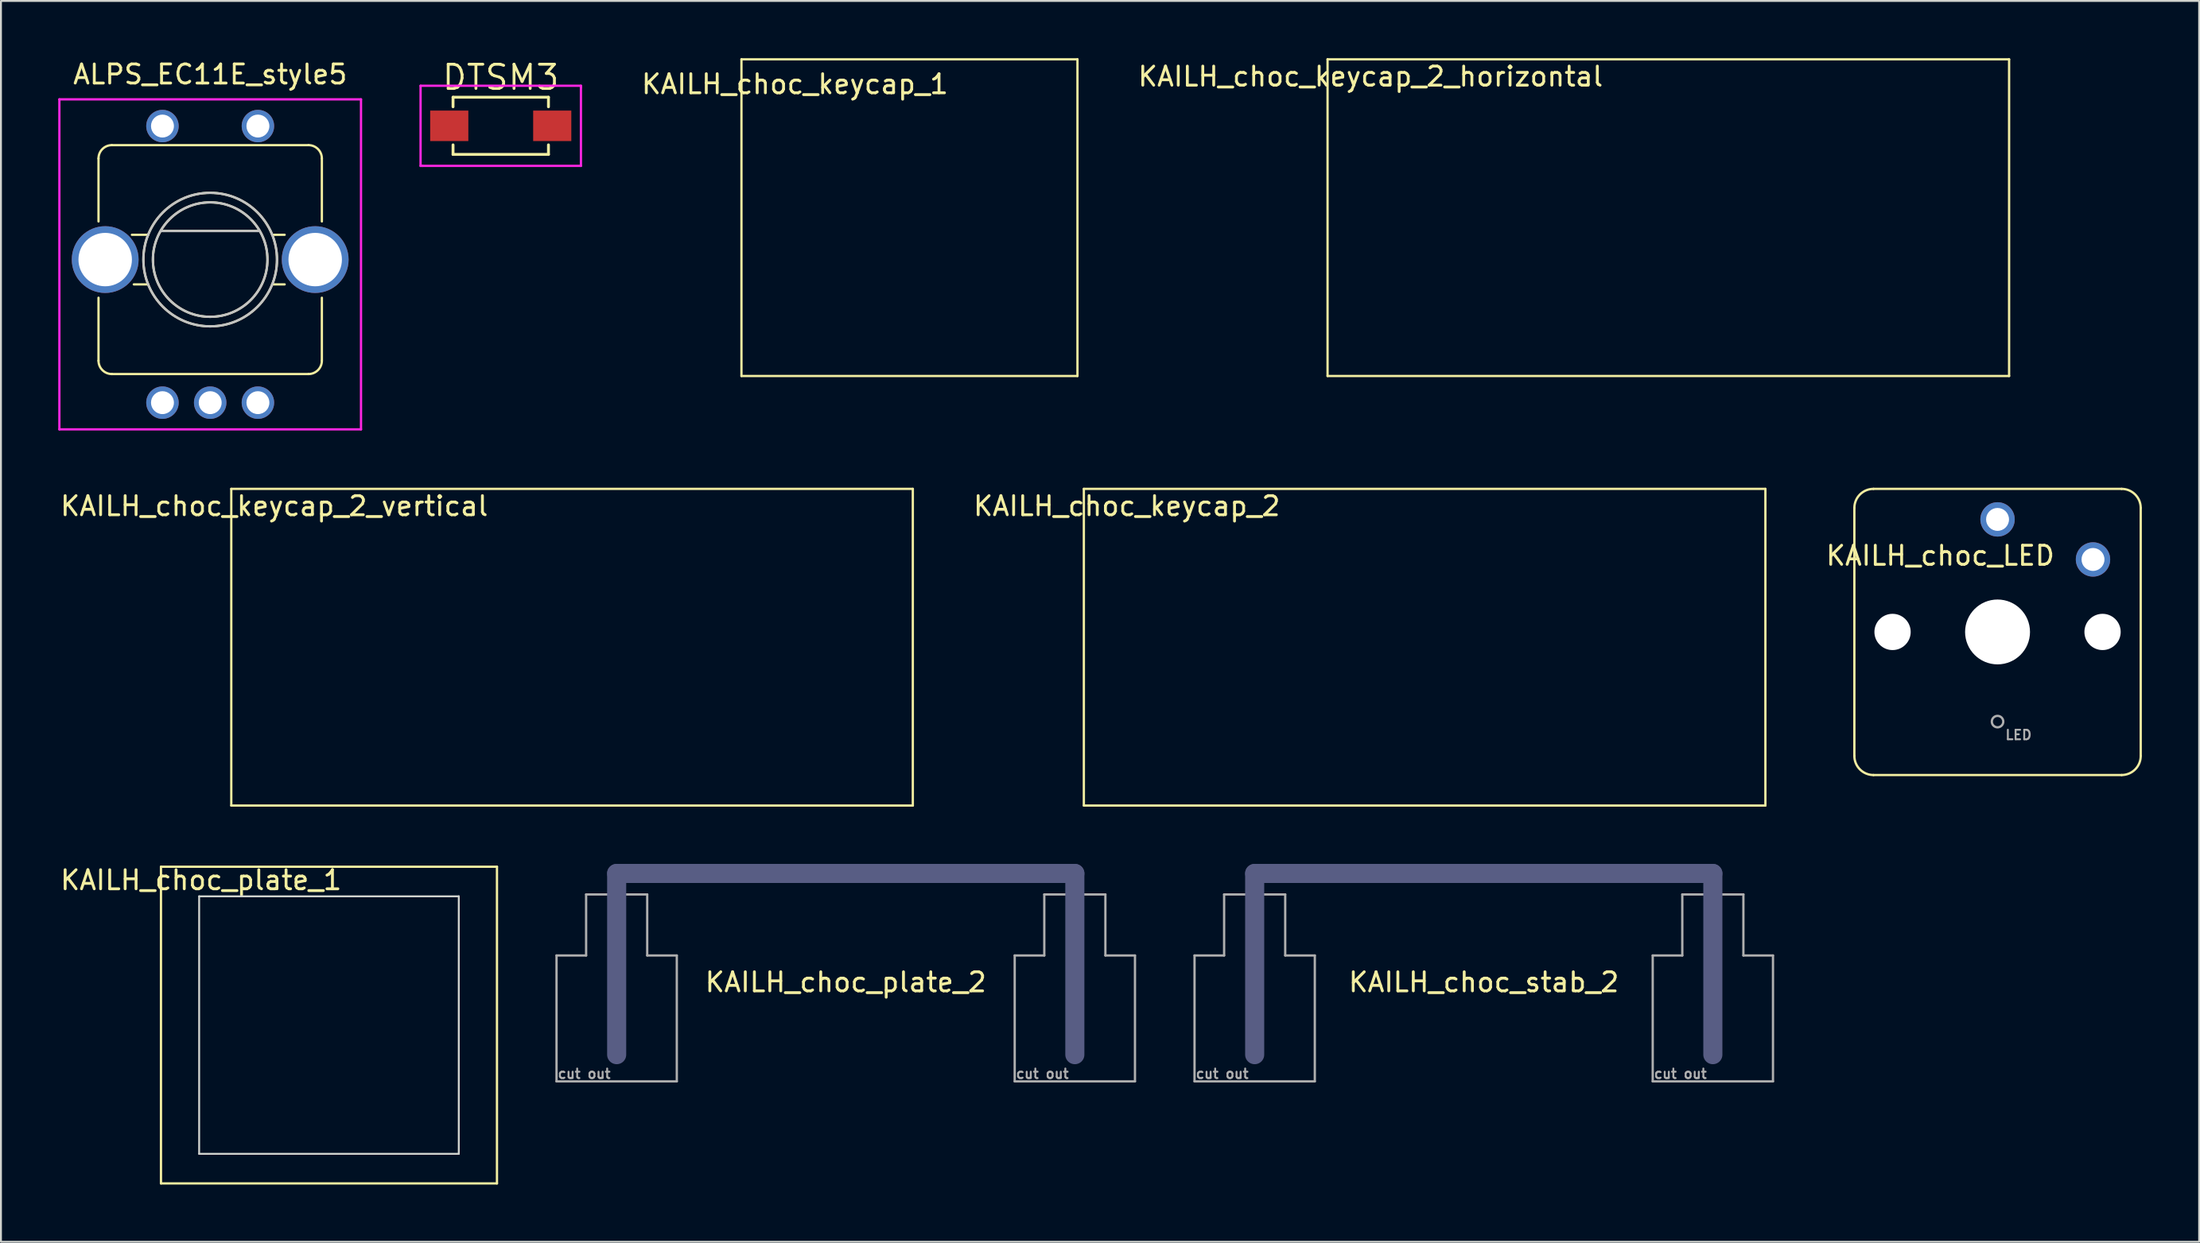
<source format=kicad_pcb>
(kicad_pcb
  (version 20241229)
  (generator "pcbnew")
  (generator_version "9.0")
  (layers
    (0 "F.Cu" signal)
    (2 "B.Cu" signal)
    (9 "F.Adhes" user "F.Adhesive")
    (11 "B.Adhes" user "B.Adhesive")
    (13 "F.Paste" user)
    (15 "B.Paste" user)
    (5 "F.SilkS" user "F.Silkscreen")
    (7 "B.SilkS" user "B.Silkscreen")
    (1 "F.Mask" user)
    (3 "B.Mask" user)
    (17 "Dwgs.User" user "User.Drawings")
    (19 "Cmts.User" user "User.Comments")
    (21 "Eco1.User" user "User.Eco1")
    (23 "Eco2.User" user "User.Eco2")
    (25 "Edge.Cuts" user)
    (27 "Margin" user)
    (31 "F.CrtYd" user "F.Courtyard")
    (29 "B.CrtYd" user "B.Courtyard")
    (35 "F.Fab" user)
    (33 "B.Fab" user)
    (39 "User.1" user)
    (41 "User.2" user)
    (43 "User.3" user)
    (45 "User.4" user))
  (footprint "KAILH_choc_plate_2"
    (layer "F.Cu")
    (at 41.252 50.338)
    (property "Reference" "KAILH_choc_plate_2" (at 0 -1.9 0) (layer "F.SilkS") (effects (font (size 1 1) (thickness 0.15))))
    (attr through_hole)
    (fp_line (start -12 -7.6) (end 12 -7.6) (stroke (width 1) (type solid)) (layer "B.Fab"))
    (fp_line (start -12 1.9) (end -12 -7.6) (stroke (width 1) (type solid)) (layer "B.Fab"))
    (fp_line (start 12 -7.6) (end 12 1.9) (stroke (width 1) (type solid)) (layer "B.Fab"))
    (fp_line (start -15.15 -3.3) (end -13.6 -3.3) (stroke (width 0.12) (type solid)) (layer "F.Fab"))
    (fp_line (start -15.15 3.3) (end -15.15 -3.3) (stroke (width 0.12) (type solid)) (layer "F.Fab"))
    (fp_line (start -13.6 -6.5) (end -10.4 -6.5) (stroke (width 0.12) (type solid)) (layer "F.Fab"))
    (fp_line (start -13.6 -3.3) (end -13.6 -6.5) (stroke (width 0.12) (type solid)) (layer "F.Fab"))
    (fp_line (start -10.4 -6.5) (end -10.4 -3.3) (stroke (width 0.12) (type solid)) (layer "F.Fab"))
    (fp_line (start -8.85 -3.3) (end -10.4 -3.3) (stroke (width 0.12) (type solid)) (layer "F.Fab"))
    (fp_line (start -8.85 -3.3) (end -8.85 3.3) (stroke (width 0.12) (type solid)) (layer "F.Fab"))
    (fp_line (start -8.85 3.3) (end -15.15 3.3) (stroke (width 0.12) (type solid)) (layer "F.Fab"))
    (fp_line (start 8.85 -3.3) (end 10.4 -3.3) (stroke (width 0.12) (type solid)) (layer "F.Fab"))
    (fp_line (start 8.85 3.3) (end 8.85 -3.3) (stroke (width 0.12) (type solid)) (layer "F.Fab"))
    (fp_line (start 10.4 -6.5) (end 13.6 -6.5) (stroke (width 0.12) (type solid)) (layer "F.Fab"))
    (fp_line (start 10.4 -3.3) (end 10.4 -6.5) (stroke (width 0.12) (type solid)) (layer "F.Fab"))
    (fp_line (start 13.6 -6.5) (end 13.6 -3.3) (stroke (width 0.12) (type solid)) (layer "F.Fab"))
    (fp_line (start 15.15 -3.3) (end 13.6 -3.3) (stroke (width 0.12) (type solid)) (layer "F.Fab"))
    (fp_line (start 15.15 -3.3) (end 15.15 3.3) (stroke (width 0.12) (type solid)) (layer "F.Fab"))
    (fp_line (start 15.15 3.3) (end 8.85 3.3) (stroke (width 0.12) (type solid)) (layer "F.Fab"))
    (fp_text user "cut out" (at -13.7 2.9 0) (layer "F.Fab") (effects (font (size 0.5 0.5) (thickness 0.1))))
    (fp_text user "cut out" (at 10.3 2.9 0) (layer "F.Fab") (effects (font (size 0.5 0.5) (thickness 0.1)))))
  (footprint "KAILH_choc_keycap_2_vertical"
    (layer "F.Cu")
    (at 26.915 30.878)
    (property "Reference" "KAILH_choc_keycap_2_vertical" (at -15.6 -7.4 0) (layer "F.SilkS") (effects (font (size 1 1) (thickness 0.15))))
    (attr through_hole)
    (fp_line (start -17.85 -8.3) (end 17.85 -8.3) (stroke (width 0.12) (type solid)) (layer "F.SilkS"))
    (fp_line (start -17.85 8.3) (end -17.85 -8.3) (stroke (width 0.12) (type solid)) (layer "F.SilkS"))
    (fp_line (start 17.85 -8.3) (end 17.85 8.3) (stroke (width 0.12) (type solid)) (layer "F.SilkS"))
    (fp_line (start 17.85 8.3) (end -17.85 8.3) (stroke (width 0.12) (type solid)) (layer "F.SilkS")))
  (footprint "KAILH_choc_LED"
    (layer "F.Cu")
    (at 101.585 30.078)
    (property "Reference" "KAILH_choc_LED" (at -3 -4 0) (layer "F.SilkS") (effects (font (size 1 1) (thickness 0.15))))
    (attr through_hole)
    (fp_line (start -7.5 6.5) (end -7.5 -6.5) (stroke (width 0.12) (type solid)) (layer "F.SilkS"))
    (fp_line (start -6.5 -7.5) (end 6.5 -7.5) (stroke (width 0.12) (type solid)) (layer "F.SilkS"))
    (fp_line (start 6.5 7.5) (end -6.5 7.5) (stroke (width 0.12) (type solid)) (layer "F.SilkS"))
    (fp_line (start 7.5 -6.5) (end 7.5 6.5) (stroke (width 0.12) (type solid)) (layer "F.SilkS"))
    (fp_arc (start -7.5 -6.5) (mid -7.207107 -7.207107) (end -6.5 -7.5) (stroke (width 0.12) (type solid)) (layer "F.SilkS"))
    (fp_arc (start -6.5 7.5) (mid -7.207107 7.207107) (end -7.5 6.5) (stroke (width 0.12) (type solid)) (layer "F.SilkS"))
    (fp_arc (start 6.5 -7.5) (mid 7.207107 -7.207107) (end 7.5 -6.5) (stroke (width 0.12) (type solid)) (layer "F.SilkS"))
    (fp_arc (start 7.5 6.5) (mid 7.207107 7.207107) (end 6.5 7.5) (stroke (width 0.12) (type solid)) (layer "F.SilkS"))
    (fp_circle (center 0 4.7) (end 0.3 4.7) (stroke (width 0.12) (type solid)) (fill no) (layer "F.Fab"))
    (fp_text user "LED" (at 1.1 5.4 0) (layer "F.Fab") (effects (font (size 0.5 0.5) (thickness 0.1))))
    (pad "" np_thru_hole circle (at -5.5 0) (size 1.9 1.9) (drill 1.9) (layers "*.Cu" "*.Mask"))
    (pad "" np_thru_hole circle (at 0 0) (size 3.4 3.4) (drill 3.4) (layers "*.Cu" "*.Mask"))
    (pad "" np_thru_hole circle (at 5.5 0) (size 1.9 1.9) (drill 1.9) (layers "*.Cu" "*.Mask"))
    (pad "1" thru_hole circle (at 0 -5.9) (size 1.8 1.8) (drill 1.2) (layers "*.Cu" "*.Mask"))
    (pad "2" thru_hole circle (at 5 -3.8) (size 1.8 1.8) (drill 1.2) (layers "*.Cu" "*.Mask")))
  (footprint "ALPS_EC11E_style5"
    (layer "F.Cu")
    (at 7.96 10.558)
    (property "Reference" "ALPS_EC11E_style5" (at 0 -9.71 0) (layer "F.SilkS") (effects (font (size 1 1) (thickness 0.15))))
    (attr through_hole)
    (fp_line (start -5.85 -2) (end -5.85 -5.3) (stroke (width 0.12) (type solid)) (layer "F.SilkS"))
    (fp_line (start -5.85 5.3) (end -5.85 2) (stroke (width 0.12) (type solid)) (layer "F.SilkS"))
    (fp_line (start -4.1 -1.3) (end -3.25 -1.3) (stroke (width 0.12) (type solid)) (layer "F.SilkS"))
    (fp_line (start -4 1.3) (end -3.25 1.3) (stroke (width 0.12) (type solid)) (layer "F.SilkS"))
    (fp_line (start -2.58 -1.5) (end 2.58 -1.5) (stroke (width 0.12) (type solid)) (layer "F.SilkS"))
    (fp_line (start 3.9 -1.3) (end 3.25 -1.3) (stroke (width 0.12) (type solid)) (layer "F.SilkS"))
    (fp_line (start 3.9 1.3) (end 3.25 1.3) (stroke (width 0.12) (type solid)) (layer "F.SilkS"))
    (fp_line (start 5.15 -6) (end -5.15 -6) (stroke (width 0.12) (type solid)) (layer "F.SilkS"))
    (fp_line (start 5.15 6) (end -5.15 6) (stroke (width 0.12) (type solid)) (layer "F.SilkS"))
    (fp_line (start 5.85 -2) (end 5.85 -5.3) (stroke (width 0.12) (type solid)) (layer "F.SilkS"))
    (fp_line (start 5.85 5.3) (end 5.85 2) (stroke (width 0.12) (type solid)) (layer "F.SilkS"))
    (fp_arc (start -5.85 -5.3) (mid -5.644975 -5.794975) (end -5.15 -6) (stroke (width 0.12) (type solid)) (layer "F.SilkS"))
    (fp_arc (start -5.15 6) (mid -5.644975 5.794975) (end -5.85 5.3) (stroke (width 0.12) (type solid)) (layer "F.SilkS"))
    (fp_arc (start 5.15 -6) (mid 5.644975 -5.794975) (end 5.85 -5.3) (stroke (width 0.12) (type solid)) (layer "F.SilkS"))
    (fp_arc (start 5.85 5.3) (mid 5.644975 5.794975) (end 5.15 6) (stroke (width 0.12) (type solid)) (layer "F.SilkS"))
    (fp_circle (center 0 0) (end 3 0) (stroke (width 0.12) (type solid)) (fill no) (layer "F.SilkS"))
    (fp_circle (center 0 0) (end 3.5 0) (stroke (width 0.12) (type solid)) (fill no) (layer "F.SilkS"))
    (fp_line (start -2.59 -1.5) (end 2.59 -1.5) (stroke (width 0.12) (type solid)) (layer "Dwgs.User"))
    (fp_circle (center 0 0) (end 3 0) (stroke (width 0.12) (type solid)) (fill no) (layer "Dwgs.User"))
    (fp_circle (center 0 0) (end 3.5 0) (stroke (width 0.12) (type solid)) (fill no) (layer "Dwgs.User"))
    (fp_line (start -7.9 -8.4) (end 7.9 -8.4) (stroke (width 0.12) (type solid)) (layer "F.CrtYd"))
    (fp_line (start -7.9 8.9) (end -7.9 -8.4) (stroke (width 0.12) (type solid)) (layer "F.CrtYd"))
    (fp_line (start -7.9 8.9) (end 7.9 8.9) (stroke (width 0.12) (type solid)) (layer "F.CrtYd"))
    (fp_line (start 7.9 -8.4) (end 7.9 8.9) (stroke (width 0.12) (type solid)) (layer "F.CrtYd"))
    (pad "A" thru_hole circle (at -2.5 7.5) (size 1.7 1.7) (drill 1.2) (layers "*.Cu" "*.Mask"))
    (pad "B" thru_hole circle (at 2.5 7.5) (size 1.7 1.7) (drill 1.2) (layers "*.Cu" "*.Mask"))
    (pad "C" thru_hole circle (at 0 7.5) (size 1.7 1.7) (drill 1.2) (layers "*.Cu" "*.Mask"))
    (pad "D" thru_hole circle (at -2.5 -7) (size 1.7 1.7) (drill 1.2) (layers "*.Cu" "*.Mask"))
    (pad "E" thru_hole circle (at 2.5 -7) (size 1.7 1.7) (drill 1.2) (layers "*.Cu" "*.Mask"))
    (pad "S" thru_hole circle (at -5.5 0) (size 3.5 3.5) (drill 2.8) (layers "*.Cu" "*.Mask"))
    (pad "S" thru_hole circle (at 5.5 0) (size 3.5 3.5) (drill 2.8) (layers "*.Cu" "*.Mask")))
  (footprint "KAILH_choc_keycap_2"
    (layer "F.Cu")
    (at 71.574 30.878)
    (property "Reference" "KAILH_choc_keycap_2" (at -15.6 -7.4 0) (layer "F.SilkS") (effects (font (size 1 1) (thickness 0.15))))
    (attr through_hole)
    (fp_line (start -17.85 -8.3) (end 17.85 -8.3) (stroke (width 0.12) (type solid)) (layer "F.SilkS"))
    (fp_line (start -17.85 8.3) (end -17.85 -8.3) (stroke (width 0.12) (type solid)) (layer "F.SilkS"))
    (fp_line (start 17.85 -8.3) (end 17.85 8.3) (stroke (width 0.12) (type solid)) (layer "F.SilkS"))
    (fp_line (start 17.85 8.3) (end -17.85 8.3) (stroke (width 0.12) (type solid)) (layer "F.SilkS")))
  (footprint "DTSM3"
    (layer "F.Cu")
    (at 23.18 3.546)
    (property "Reference" "DTSM3" (at 0 -2.54 0) (layer "F.SilkS") (effects (font (size 1.27 1.27) (thickness 0.15))))
    (attr smd)
    (fp_line (start -2.499 -1.499) (end -2.499 -0.998) (stroke (width 0.15) (type solid)) (layer "F.SilkS"))
    (fp_line (start -2.499 0.998) (end -2.499 1.499) (stroke (width 0.15) (type solid)) (layer "F.SilkS"))
    (fp_line (start -2.499 1.499) (end 2.499 1.499) (stroke (width 0.15) (type solid)) (layer "F.SilkS"))
    (fp_line (start 2.499 -1.499) (end -2.499 -1.499) (stroke (width 0.15) (type solid)) (layer "F.SilkS"))
    (fp_line (start 2.499 -0.998) (end 2.499 -1.499) (stroke (width 0.15) (type solid)) (layer "F.SilkS"))
    (fp_line (start 2.499 1.499) (end 2.499 0.998) (stroke (width 0.15) (type solid)) (layer "F.SilkS"))
    (fp_line (start -4.2 -2.1) (end 4.2 -2.1) (stroke (width 0.12) (type solid)) (layer "F.CrtYd"))
    (fp_line (start -4.2 2.1) (end -4.2 -2.1) (stroke (width 0.12) (type solid)) (layer "F.CrtYd"))
    (fp_line (start -4.1 2.1) (end -4.2 2.1) (stroke (width 0.12) (type solid)) (layer "F.CrtYd"))
    (fp_line (start 4.2 -2.1) (end 4.2 -2) (stroke (width 0.12) (type solid)) (layer "F.CrtYd"))
    (fp_line (start 4.2 -2) (end 4.2 2.1) (stroke (width 0.12) (type solid)) (layer "F.CrtYd"))
    (fp_line (start 4.2 2.1) (end -4.1 2.1) (stroke (width 0.12) (type solid)) (layer "F.CrtYd"))
    (pad "1" smd rect (at -2.697 0) (size 1.999 1.598) (layers "F.Cu" "F.Mask" "F.Paste"))
    (pad "2" smd rect (at 2.697 0) (size 1.999 1.598) (layers "F.Cu" "F.Mask" "F.Paste")))
  (footprint "KAILH_choc_keycap_1"
    (layer "F.Cu")
    (at 44.589 8.36)
    (property "Reference" "KAILH_choc_keycap_1" (at -6 -7 0) (layer "F.SilkS") (effects (font (size 1 1) (thickness 0.15))))
    (attr through_hole)
    (fp_line (start -8.8 -8.3) (end 8.8 -8.3) (stroke (width 0.12) (type solid)) (layer "F.SilkS"))
    (fp_line (start -8.8 8.3) (end -8.8 -8.3) (stroke (width 0.12) (type solid)) (layer "F.SilkS"))
    (fp_line (start 8.8 -8.3) (end 8.8 8.3) (stroke (width 0.12) (type solid)) (layer "F.SilkS"))
    (fp_line (start 8.8 8.3) (end -8.8 8.3) (stroke (width 0.12) (type solid)) (layer "F.SilkS")))
  (footprint "KAILH_choc_stab_2"
    (layer "F.Cu")
    (at 74.672 50.338)
    (property "Reference" "KAILH_choc_stab_2" (at 0 -1.9 0) (layer "F.SilkS") (effects (font (size 1 1) (thickness 0.15))))
    (attr through_hole)
    (fp_line (start -12 -7.6) (end 12 -7.6) (stroke (width 1) (type solid)) (layer "B.Fab"))
    (fp_line (start -12 1.9) (end -12 -7.6) (stroke (width 1) (type solid)) (layer "B.Fab"))
    (fp_line (start 12 -7.6) (end 12 1.9) (stroke (width 1) (type solid)) (layer "B.Fab"))
    (fp_line (start -15.15 -3.3) (end -13.6 -3.3) (stroke (width 0.12) (type solid)) (layer "F.Fab"))
    (fp_line (start -15.15 3.3) (end -15.15 -3.3) (stroke (width 0.12) (type solid)) (layer "F.Fab"))
    (fp_line (start -13.6 -6.5) (end -10.4 -6.5) (stroke (width 0.12) (type solid)) (layer "F.Fab"))
    (fp_line (start -13.6 -3.3) (end -13.6 -6.5) (stroke (width 0.12) (type solid)) (layer "F.Fab"))
    (fp_line (start -10.4 -6.5) (end -10.4 -3.3) (stroke (width 0.12) (type solid)) (layer "F.Fab"))
    (fp_line (start -8.85 -3.3) (end -10.4 -3.3) (stroke (width 0.12) (type solid)) (layer "F.Fab"))
    (fp_line (start -8.85 -3.3) (end -8.85 3.3) (stroke (width 0.12) (type solid)) (layer "F.Fab"))
    (fp_line (start -8.85 3.3) (end -15.15 3.3) (stroke (width 0.12) (type solid)) (layer "F.Fab"))
    (fp_line (start 8.85 -3.3) (end 10.4 -3.3) (stroke (width 0.12) (type solid)) (layer "F.Fab"))
    (fp_line (start 8.85 3.3) (end 8.85 -3.3) (stroke (width 0.12) (type solid)) (layer "F.Fab"))
    (fp_line (start 10.4 -6.5) (end 13.6 -6.5) (stroke (width 0.12) (type solid)) (layer "F.Fab"))
    (fp_line (start 10.4 -3.3) (end 10.4 -6.5) (stroke (width 0.12) (type solid)) (layer "F.Fab"))
    (fp_line (start 13.6 -6.5) (end 13.6 -3.3) (stroke (width 0.12) (type solid)) (layer "F.Fab"))
    (fp_line (start 15.15 -3.3) (end 13.6 -3.3) (stroke (width 0.12) (type solid)) (layer "F.Fab"))
    (fp_line (start 15.15 -3.3) (end 15.15 3.3) (stroke (width 0.12) (type solid)) (layer "F.Fab"))
    (fp_line (start 15.15 3.3) (end 8.85 3.3) (stroke (width 0.12) (type solid)) (layer "F.Fab"))
    (fp_text user "cut out" (at -13.7 2.9 0) (layer "F.Fab") (effects (font (size 0.5 0.5) (thickness 0.1))))
    (fp_text user "cut out" (at 10.3 2.9 0) (layer "F.Fab") (effects (font (size 0.5 0.5) (thickness 0.1)))))
  (footprint "KAILH_choc_plate_1"
    (layer "F.Cu")
    (at 14.182 50.687)
    (property "Reference" "KAILH_choc_plate_1" (at -6.7 -7.6 0) (layer "F.SilkS") (effects (font (size 1 1) (thickness 0.15))))
    (attr through_hole)
    (fp_line (start -8.8 -8.3) (end 8.8 -8.3) (stroke (width 0.12) (type solid)) (layer "F.SilkS"))
    (fp_line (start -8.8 8.3) (end -8.8 -8.3) (stroke (width 0.12) (type solid)) (layer "F.SilkS"))
    (fp_line (start 8.8 -8.3) (end 8.8 8.3) (stroke (width 0.12) (type solid)) (layer "F.SilkS"))
    (fp_line (start 8.8 8.3) (end -8.8 8.3) (stroke (width 0.12) (type solid)) (layer "F.SilkS"))
    (fp_line (start -6.8 -6.75) (end 6.8 -6.75) (stroke (width 0.1) (type solid)) (layer "Edge.Cuts"))
    (fp_line (start -6.8 6.75) (end -6.8 -6.75) (stroke (width 0.1) (type solid)) (layer "Edge.Cuts"))
    (fp_line (start 6.8 -6.75) (end 6.8 6.75) (stroke (width 0.1) (type solid)) (layer "Edge.Cuts"))
    (fp_line (start 6.8 6.75) (end -6.8 6.75) (stroke (width 0.1) (type solid)) (layer "Edge.Cuts")))
  (footprint "KAILH_choc_keycap_2_horizontal"
    (layer "F.Cu")
    (at 84.34 8.36)
    (property "Reference" "KAILH_choc_keycap_2_horizontal" (at -15.6 -7.4 0) (layer "F.SilkS") (effects (font (size 1 1) (thickness 0.15))))
    (attr through_hole)
    (fp_line (start -17.85 -8.3) (end 17.85 -8.3) (stroke (width 0.12) (type solid)) (layer "F.SilkS"))
    (fp_line (start -17.85 8.3) (end -17.85 -8.3) (stroke (width 0.12) (type solid)) (layer "F.SilkS"))
    (fp_line (start 17.85 -8.3) (end 17.85 8.3) (stroke (width 0.12) (type solid)) (layer "F.SilkS"))
    (fp_line (start 17.85 8.3) (end -17.85 8.3) (stroke (width 0.12) (type solid)) (layer "F.SilkS")))
  (gr_rect
    (start -3 -3)
    (end 112.145 62.047)
    (stroke (width 0.1) (type default))
    (fill no)
    (layer "Edge.Cuts")))
</source>
